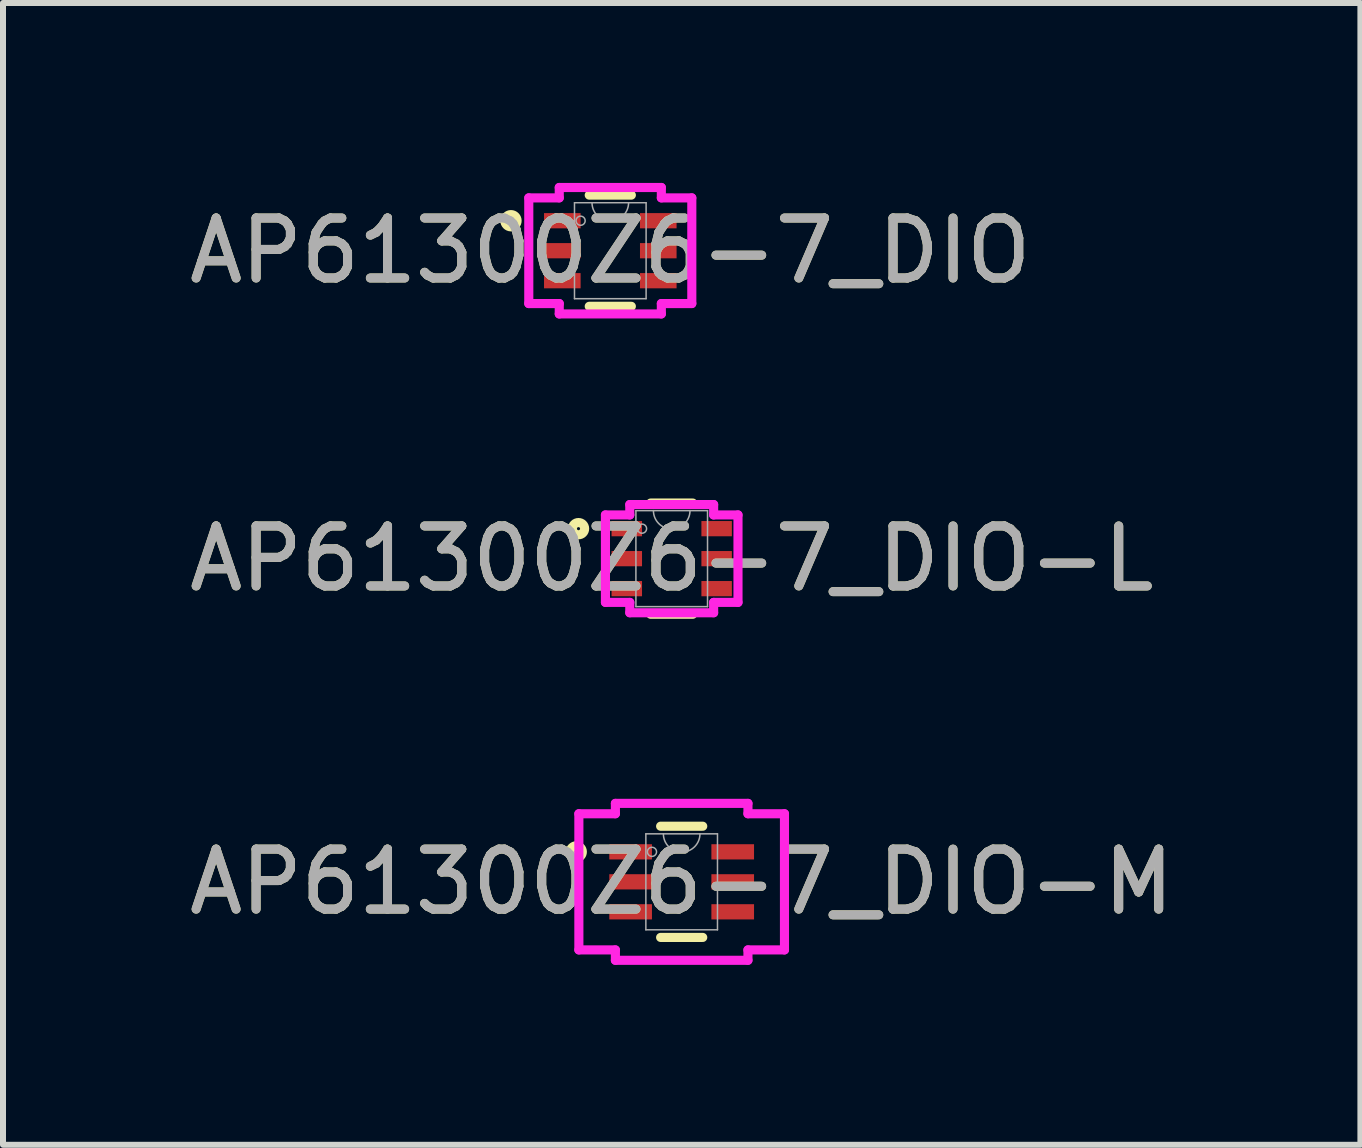
<source format=kicad_pcb>
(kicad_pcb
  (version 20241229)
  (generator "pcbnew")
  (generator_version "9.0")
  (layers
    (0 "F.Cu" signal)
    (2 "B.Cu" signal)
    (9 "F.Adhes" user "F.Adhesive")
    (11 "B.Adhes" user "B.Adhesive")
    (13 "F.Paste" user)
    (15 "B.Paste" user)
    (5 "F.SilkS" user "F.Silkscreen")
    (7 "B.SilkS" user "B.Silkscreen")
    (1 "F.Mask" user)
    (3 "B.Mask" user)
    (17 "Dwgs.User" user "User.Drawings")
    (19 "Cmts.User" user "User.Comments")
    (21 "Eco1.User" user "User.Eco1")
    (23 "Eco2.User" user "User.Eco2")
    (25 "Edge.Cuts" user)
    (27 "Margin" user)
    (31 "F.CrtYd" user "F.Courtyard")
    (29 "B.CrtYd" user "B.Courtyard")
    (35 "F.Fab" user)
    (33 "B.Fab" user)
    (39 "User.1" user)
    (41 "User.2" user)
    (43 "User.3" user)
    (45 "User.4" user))
  (footprint "AP61300Z6-7_DIO"
    (layer "F.Cu")
    (at 7.125 1.13)
    (property "Reference" "AP61300Z6-7_DIO" (at 0 0 0) (unlocked yes) (layer "F.SilkS") (effects (font (size 1 1) (thickness 0.15))))
    (attr smd)
    (fp_line (start -0.351 0.927) (end 0.351 0.927) (stroke (width 0.152) (type solid)) (layer "F.SilkS"))
    (fp_line (start 0.351 -0.927) (end -0.351 -0.927) (stroke (width 0.152) (type solid)) (layer "F.SilkS"))
    (fp_circle (center -1.656 -0.5) (end -1.554 -0.5) (stroke (width 0.152) (type solid)) (fill no) (layer "F.SilkS"))
    (fp_line (start -1.359 -0.881) (end -0.851 -0.881) (stroke (width 0.152) (type solid)) (layer "F.CrtYd"))
    (fp_line (start -1.359 0.881) (end -1.359 -0.881) (stroke (width 0.152) (type solid)) (layer "F.CrtYd"))
    (fp_line (start -1.359 0.881) (end -0.851 0.881) (stroke (width 0.152) (type solid)) (layer "F.CrtYd"))
    (fp_line (start -0.851 -1.054) (end 0.851 -1.054) (stroke (width 0.152) (type solid)) (layer "F.CrtYd"))
    (fp_line (start -0.851 -0.881) (end -0.851 -1.054) (stroke (width 0.152) (type solid)) (layer "F.CrtYd"))
    (fp_line (start -0.851 1.054) (end -0.851 0.881) (stroke (width 0.152) (type solid)) (layer "F.CrtYd"))
    (fp_line (start 0.851 -1.054) (end 0.851 -0.881) (stroke (width 0.152) (type solid)) (layer "F.CrtYd"))
    (fp_line (start 0.851 0.881) (end 0.851 1.054) (stroke (width 0.152) (type solid)) (layer "F.CrtYd"))
    (fp_line (start 0.851 1.054) (end -0.851 1.054) (stroke (width 0.152) (type solid)) (layer "F.CrtYd"))
    (fp_line (start 1.359 -0.881) (end 0.851 -0.881) (stroke (width 0.152) (type solid)) (layer "F.CrtYd"))
    (fp_line (start 1.359 -0.881) (end 1.359 0.881) (stroke (width 0.152) (type solid)) (layer "F.CrtYd"))
    (fp_line (start 1.359 0.881) (end 0.851 0.881) (stroke (width 0.152) (type solid)) (layer "F.CrtYd"))
    (fp_line (start -0.597 -0.8) (end -0.597 0.8) (stroke (width 0.025) (type solid)) (layer "F.Fab"))
    (fp_line (start -0.597 0.8) (end 0.597 0.8) (stroke (width 0.025) (type solid)) (layer "F.Fab"))
    (fp_line (start 0.597 -0.8) (end -0.597 -0.8) (stroke (width 0.025) (type solid)) (layer "F.Fab"))
    (fp_line (start 0.597 0.8) (end 0.597 -0.8) (stroke (width 0.025) (type solid)) (layer "F.Fab"))
    (fp_arc (start 0.3048 -0.8001) (mid 0 -0.4953) (end -0.3048 -0.8001) (stroke (width 0.0254) (type solid)) (layer "F.Fab"))
    (fp_circle (center -0.495 -0.5) (end -0.419 -0.5) (stroke (width 0.025) (type solid)) (fill no) (layer "F.Fab"))
    (fp_text user "${REFERENCE}" (at 0 0 0) (unlocked yes) (layer "F.Fab") (effects (font (size 1 1) (thickness 0.15))))
    (pad "1" smd rect (at -0.8 -0.5) (size 0.61 0.254) (layers "F.Cu" "F.Mask" "F.Paste"))
    (pad "2" smd rect (at -0.8 0) (size 0.61 0.254) (layers "F.Cu" "F.Mask" "F.Paste"))
    (pad "3" smd rect (at -0.8 0.5) (size 0.61 0.254) (layers "F.Cu" "F.Mask" "F.Paste"))
    (pad "4" smd rect (at 0.8 0.5) (size 0.61 0.254) (layers "F.Cu" "F.Mask" "F.Paste"))
    (pad "5" smd rect (at 0.8 0) (size 0.61 0.254) (layers "F.Cu" "F.Mask" "F.Paste"))
    (pad "6" smd rect (at 0.8 -0.5) (size 0.61 0.254) (layers "F.Cu" "F.Mask" "F.Paste")))
  (footprint "AP61300Z6-7_DIO-L"
    (layer "F.Cu")
    (at 8.149 6.264)
    (property "Reference" "AP61300Z6-7_DIO-L" (at 0 0 0) (unlocked yes) (layer "F.SilkS") (effects (font (size 1 1) (thickness 0.15))))
    (attr smd)
    (fp_line (start -0.351 0.927) (end 0.351 0.927) (stroke (width 0.152) (type solid)) (layer "F.SilkS"))
    (fp_line (start 0.351 -0.927) (end -0.351 -0.927) (stroke (width 0.152) (type solid)) (layer "F.SilkS"))
    (fp_circle (center -1.554 -0.5) (end -1.452 -0.5) (stroke (width 0.152) (type solid)) (fill no) (layer "F.SilkS"))
    (fp_line (start -1.105 -0.729) (end -0.699 -0.729) (stroke (width 0.152) (type solid)) (layer "F.CrtYd"))
    (fp_line (start -1.105 0.729) (end -1.105 -0.729) (stroke (width 0.152) (type solid)) (layer "F.CrtYd"))
    (fp_line (start -1.105 0.729) (end -0.699 0.729) (stroke (width 0.152) (type solid)) (layer "F.CrtYd"))
    (fp_line (start -0.699 -0.902) (end 0.699 -0.902) (stroke (width 0.152) (type solid)) (layer "F.CrtYd"))
    (fp_line (start -0.699 -0.729) (end -0.699 -0.902) (stroke (width 0.152) (type solid)) (layer "F.CrtYd"))
    (fp_line (start -0.699 0.902) (end -0.699 0.729) (stroke (width 0.152) (type solid)) (layer "F.CrtYd"))
    (fp_line (start 0.699 -0.902) (end 0.699 -0.729) (stroke (width 0.152) (type solid)) (layer "F.CrtYd"))
    (fp_line (start 0.699 0.729) (end 0.699 0.902) (stroke (width 0.152) (type solid)) (layer "F.CrtYd"))
    (fp_line (start 0.699 0.902) (end -0.699 0.902) (stroke (width 0.152) (type solid)) (layer "F.CrtYd"))
    (fp_line (start 1.105 -0.729) (end 0.699 -0.729) (stroke (width 0.152) (type solid)) (layer "F.CrtYd"))
    (fp_line (start 1.105 -0.729) (end 1.105 0.729) (stroke (width 0.152) (type solid)) (layer "F.CrtYd"))
    (fp_line (start 1.105 0.729) (end 0.699 0.729) (stroke (width 0.152) (type solid)) (layer "F.CrtYd"))
    (fp_line (start -0.597 -0.8) (end -0.597 0.8) (stroke (width 0.025) (type solid)) (layer "F.Fab"))
    (fp_line (start -0.597 0.8) (end 0.597 0.8) (stroke (width 0.025) (type solid)) (layer "F.Fab"))
    (fp_line (start 0.597 -0.8) (end -0.597 -0.8) (stroke (width 0.025) (type solid)) (layer "F.Fab"))
    (fp_line (start 0.597 0.8) (end 0.597 -0.8) (stroke (width 0.025) (type solid)) (layer "F.Fab"))
    (fp_arc (start 0.3048 -0.8001) (mid 0 -0.4953) (end -0.3048 -0.8001) (stroke (width 0.0254) (type solid)) (layer "F.Fab"))
    (fp_circle (center -0.495 -0.5) (end -0.419 -0.5) (stroke (width 0.025) (type solid)) (fill no) (layer "F.Fab"))
    (fp_text user "${REFERENCE}" (at 0 0 0) (unlocked yes) (layer "F.Fab") (effects (font (size 1 1) (thickness 0.15))))
    (pad "1" smd rect (at -0.749 -0.5) (size 0.508 0.254) (layers "F.Cu" "F.Mask" "F.Paste"))
    (pad "2" smd rect (at -0.749 0) (size 0.508 0.254) (layers "F.Cu" "F.Mask" "F.Paste"))
    (pad "3" smd rect (at -0.749 0.5) (size 0.508 0.254) (layers "F.Cu" "F.Mask" "F.Paste"))
    (pad "4" smd rect (at 0.749 0.5) (size 0.508 0.254) (layers "F.Cu" "F.Mask" "F.Paste"))
    (pad "5" smd rect (at 0.749 0) (size 0.508 0.254) (layers "F.Cu" "F.Mask" "F.Paste"))
    (pad "6" smd rect (at 0.749 -0.5) (size 0.508 0.254) (layers "F.Cu" "F.Mask" "F.Paste")))
  (footprint "AP61300Z6-7_DIO-M"
    (layer "F.Cu")
    (at 8.315 11.652)
    (property "Reference" "AP61300Z6-7_DIO-M" (at 0 0 0) (unlocked yes) (layer "F.SilkS") (effects (font (size 1 1) (thickness 0.15))))
    (attr smd)
    (fp_line (start -0.351 0.927) (end 0.351 0.927) (stroke (width 0.152) (type solid)) (layer "F.SilkS"))
    (fp_line (start 0.351 -0.927) (end -0.351 -0.927) (stroke (width 0.152) (type solid)) (layer "F.SilkS"))
    (fp_circle (center -1.757 -0.5) (end -1.656 -0.5) (stroke (width 0.152) (type solid)) (fill no) (layer "F.SilkS"))
    (fp_line (start -1.714 -1.135) (end -1.105 -1.135) (stroke (width 0.152) (type solid)) (layer "F.CrtYd"))
    (fp_line (start -1.714 1.135) (end -1.714 -1.135) (stroke (width 0.152) (type solid)) (layer "F.CrtYd"))
    (fp_line (start -1.714 1.135) (end -1.105 1.135) (stroke (width 0.152) (type solid)) (layer "F.CrtYd"))
    (fp_line (start -1.105 -1.308) (end 1.105 -1.308) (stroke (width 0.152) (type solid)) (layer "F.CrtYd"))
    (fp_line (start -1.105 -1.135) (end -1.105 -1.308) (stroke (width 0.152) (type solid)) (layer "F.CrtYd"))
    (fp_line (start -1.105 1.308) (end -1.105 1.135) (stroke (width 0.152) (type solid)) (layer "F.CrtYd"))
    (fp_line (start 1.105 -1.308) (end 1.105 -1.135) (stroke (width 0.152) (type solid)) (layer "F.CrtYd"))
    (fp_line (start 1.105 1.135) (end 1.105 1.308) (stroke (width 0.152) (type solid)) (layer "F.CrtYd"))
    (fp_line (start 1.105 1.308) (end -1.105 1.308) (stroke (width 0.152) (type solid)) (layer "F.CrtYd"))
    (fp_line (start 1.714 -1.135) (end 1.105 -1.135) (stroke (width 0.152) (type solid)) (layer "F.CrtYd"))
    (fp_line (start 1.714 -1.135) (end 1.714 1.135) (stroke (width 0.152) (type solid)) (layer "F.CrtYd"))
    (fp_line (start 1.714 1.135) (end 1.105 1.135) (stroke (width 0.152) (type solid)) (layer "F.CrtYd"))
    (fp_line (start -0.597 -0.8) (end -0.597 0.8) (stroke (width 0.025) (type solid)) (layer "F.Fab"))
    (fp_line (start -0.597 0.8) (end 0.597 0.8) (stroke (width 0.025) (type solid)) (layer "F.Fab"))
    (fp_line (start 0.597 -0.8) (end -0.597 -0.8) (stroke (width 0.025) (type solid)) (layer "F.Fab"))
    (fp_line (start 0.597 0.8) (end 0.597 -0.8) (stroke (width 0.025) (type solid)) (layer "F.Fab"))
    (fp_arc (start 0.3048 -0.8001) (mid 0 -0.4953) (end -0.3048 -0.8001) (stroke (width 0.0254) (type solid)) (layer "F.Fab"))
    (fp_circle (center -0.495 -0.5) (end -0.419 -0.5) (stroke (width 0.025) (type solid)) (fill no) (layer "F.Fab"))
    (fp_text user "${REFERENCE}" (at 0 0 0) (unlocked yes) (layer "F.Fab") (effects (font (size 1 1) (thickness 0.15))))
    (pad "1" smd rect (at -0.851 -0.5) (size 0.711 0.254) (layers "F.Cu" "F.Mask" "F.Paste"))
    (pad "2" smd rect (at -0.851 0) (size 0.711 0.254) (layers "F.Cu" "F.Mask" "F.Paste"))
    (pad "3" smd rect (at -0.851 0.5) (size 0.711 0.254) (layers "F.Cu" "F.Mask" "F.Paste"))
    (pad "4" smd rect (at 0.851 0.5) (size 0.711 0.254) (layers "F.Cu" "F.Mask" "F.Paste"))
    (pad "5" smd rect (at 0.851 0) (size 0.711 0.254) (layers "F.Cu" "F.Mask" "F.Paste"))
    (pad "6" smd rect (at 0.851 -0.5) (size 0.711 0.254) (layers "F.Cu" "F.Mask" "F.Paste")))
  (gr_rect
    (start -3 -3)
    (end 19.631 16.036)
    (stroke (width 0.1) (type default))
    (fill no)
    (layer "Edge.Cuts")))
</source>
